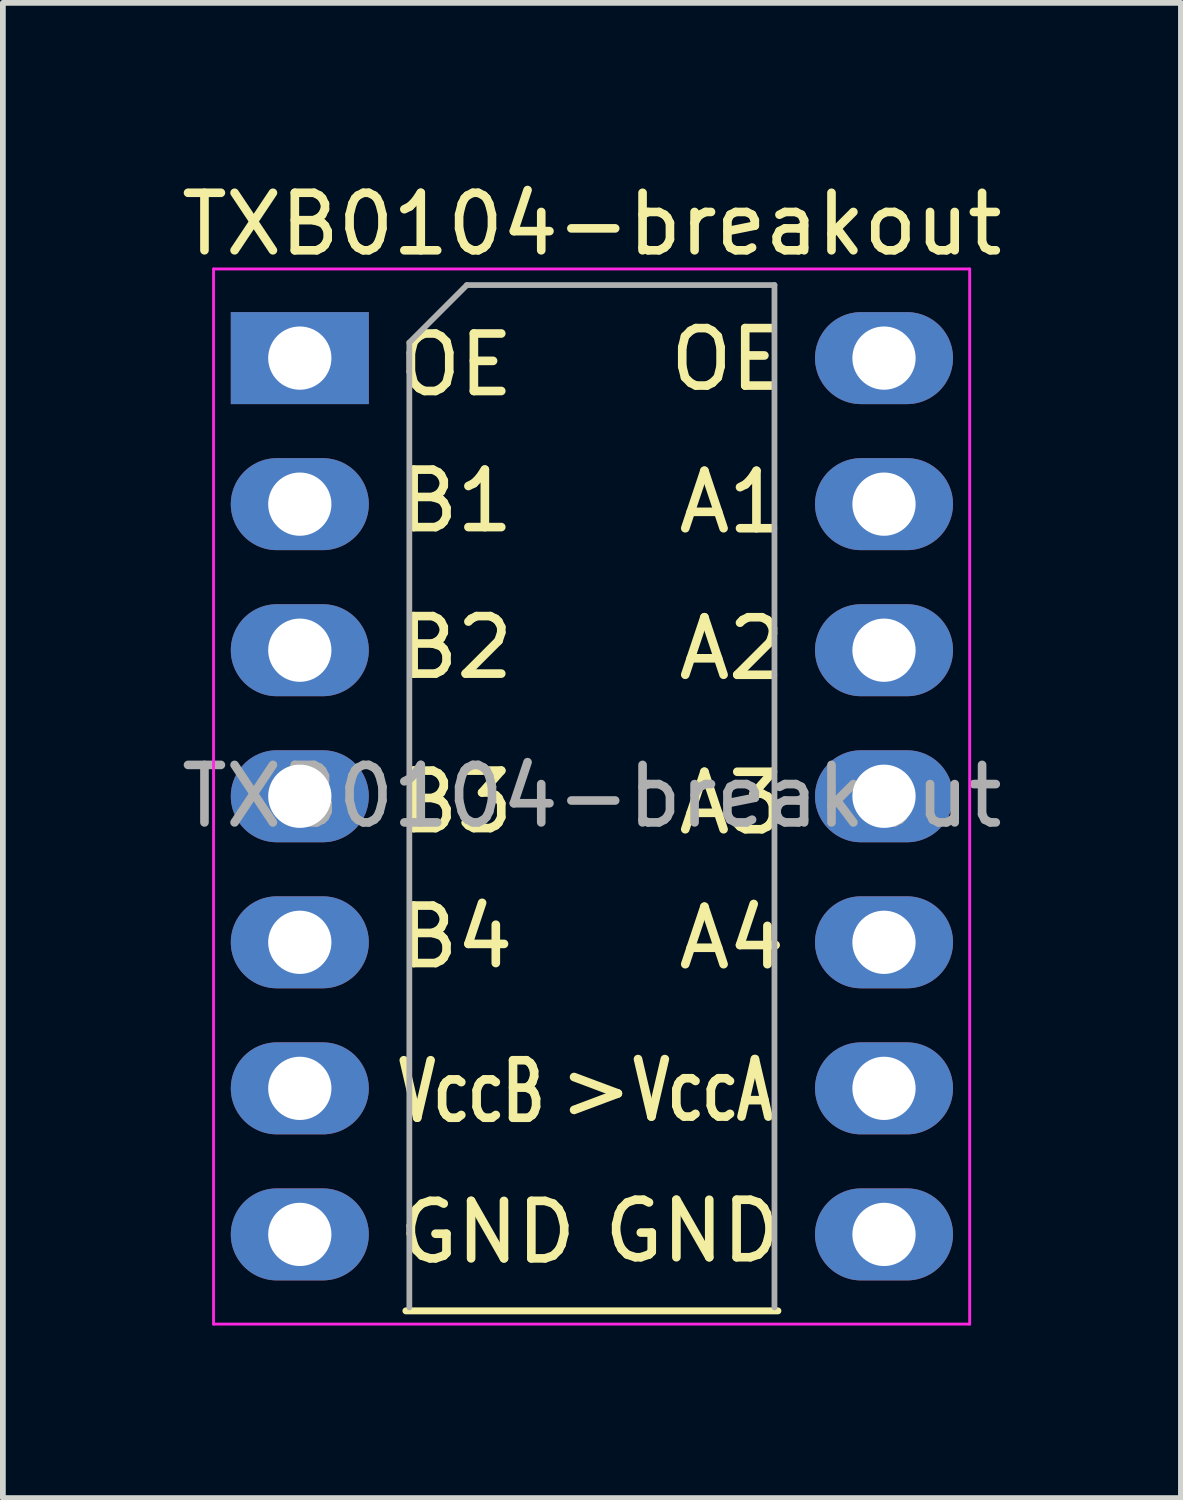
<source format=kicad_pcb>
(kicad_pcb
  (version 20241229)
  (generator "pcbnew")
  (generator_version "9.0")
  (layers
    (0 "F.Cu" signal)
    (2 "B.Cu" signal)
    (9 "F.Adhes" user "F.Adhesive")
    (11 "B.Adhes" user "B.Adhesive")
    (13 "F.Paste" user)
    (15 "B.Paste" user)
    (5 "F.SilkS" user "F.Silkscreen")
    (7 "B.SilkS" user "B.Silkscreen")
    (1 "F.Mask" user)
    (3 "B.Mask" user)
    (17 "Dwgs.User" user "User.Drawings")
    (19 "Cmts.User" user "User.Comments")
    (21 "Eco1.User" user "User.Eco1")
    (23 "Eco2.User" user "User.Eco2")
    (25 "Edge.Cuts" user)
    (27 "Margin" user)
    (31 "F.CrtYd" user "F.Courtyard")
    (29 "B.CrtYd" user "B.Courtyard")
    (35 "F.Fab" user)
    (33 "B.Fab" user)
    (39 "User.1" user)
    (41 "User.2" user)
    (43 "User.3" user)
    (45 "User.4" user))
  (footprint "TXB0104-breakout"
    (layer "F.Cu")
    (at 2.164 3.178)
    (property "Reference" "TXB0104-breakout" (at 5.08 -2.33 0) (layer "F.SilkS") (effects (font (size 1 1) (thickness 0.15))))
    (attr through_hole)
    (fp_line (start 1.845 16.57) (end 8.315 16.57) (stroke (width 0.12) (type solid)) (layer "F.SilkS"))
    (fp_line (start -1.5 -1.55) (end -1.5 16.8) (stroke (width 0.05) (type solid)) (layer "F.CrtYd"))
    (fp_line (start -1.5 16.8) (end 11.65 16.8) (stroke (width 0.05) (type solid)) (layer "F.CrtYd"))
    (fp_line (start 11.65 -1.55) (end -1.5 -1.55) (stroke (width 0.05) (type solid)) (layer "F.CrtYd"))
    (fp_line (start 11.65 16.8) (end 11.65 -1.55) (stroke (width 0.05) (type solid)) (layer "F.CrtYd"))
    (fp_line (start 1.905 -0.27) (end 2.905 -1.27) (stroke (width 0.1) (type solid)) (layer "F.Fab"))
    (fp_line (start 1.905 16.51) (end 1.905 -0.27) (stroke (width 0.1) (type solid)) (layer "F.Fab"))
    (fp_line (start 2.905 -1.27) (end 8.255 -1.27) (stroke (width 0.1) (type solid)) (layer "F.Fab"))
    (fp_line (start 8.255 -1.27) (end 8.255 16.51) (stroke (width 0.1) (type solid)) (layer "F.Fab"))
    (fp_text user "OE" (at 2.718 0.117 0) (layer "F.SilkS") (effects (font (size 1 1) (thickness 0.15))))
    (fp_text user "VccB" (at 2.992 12.756 0) (layer "F.SilkS") (effects (font (size 1 0.7) (thickness 0.15))))
    (fp_text user "B3" (at 2.718 7.719 0) (layer "F.SilkS") (effects (font (size 1 1) (thickness 0.15))))
    (fp_text user ">" (at 5.151 12.715 0) (layer "F.SilkS") (effects (font (size 1 1) (thickness 0.15))))
    (fp_text user "B4" (at 2.718 10.066 0) (layer "F.SilkS") (effects (font (size 1 1) (thickness 0.15))))
    (fp_text user "A3" (at 7.513 7.739 0) (layer "F.SilkS") (effects (font (size 1 1) (thickness 0.15))))
    (fp_text user "GND" (at 3.265 15.202 0) (layer "F.SilkS") (effects (font (size 1 1) (thickness 0.15))))
    (fp_text user "A1" (at 7.513 2.504 0) (layer "F.SilkS") (effects (font (size 1 1) (thickness 0.15))))
    (fp_text user "B2" (at 2.718 5.032 0) (layer "F.SilkS") (effects (font (size 1 1) (thickness 0.15))))
    (fp_text user "VccA" (at 7.015 12.736 0) (layer "F.SilkS") (effects (font (size 1 0.7) (thickness 0.15))))
    (fp_text user "A2" (at 7.513 5.052 0) (layer "F.SilkS") (effects (font (size 1 1) (thickness 0.15))))
    (fp_text user "GND" (at 6.835 15.182 0) (layer "F.SilkS") (effects (font (size 1 1) (thickness 0.15))))
    (fp_text user "A4" (at 7.513 10.086 0) (layer "F.SilkS") (effects (font (size 1 1) (thickness 0.15))))
    (fp_text user "B1" (at 2.718 2.484 0) (layer "F.SilkS") (effects (font (size 1 1) (thickness 0.15))))
    (fp_text user "OE" (at 7.437 0.023 0) (layer "F.SilkS") (effects (font (size 1 1) (thickness 0.15))))
    (fp_text user "${REFERENCE}" (at 5.08 7.62 0) (layer "F.Fab") (effects (font (size 1 1) (thickness 0.15))))
    (pad "1" thru_hole rect (at 0 0) (size 2.4 1.6) (drill 1.1) (layers "*.Cu" "*.Mask"))
    (pad "2" thru_hole oval (at 0 2.54) (size 2.4 1.6) (drill 1.1) (layers "*.Cu" "*.Mask"))
    (pad "3" thru_hole oval (at 0 5.08) (size 2.4 1.6) (drill 1.1) (layers "*.Cu" "*.Mask"))
    (pad "4" thru_hole oval (at 0 7.62) (size 2.4 1.6) (drill 1.1) (layers "*.Cu" "*.Mask"))
    (pad "5" thru_hole oval (at 0 10.16) (size 2.4 1.6) (drill 1.1) (layers "*.Cu" "*.Mask"))
    (pad "6" thru_hole oval (at 0 12.7) (size 2.4 1.6) (drill 1.1) (layers "*.Cu" "*.Mask"))
    (pad "7" thru_hole oval (at 0 15.24) (size 2.4 1.6) (drill 1.1) (layers "*.Cu" "*.Mask"))
    (pad "8" thru_hole oval (at 10.16 15.24) (size 2.4 1.6) (drill 1.1) (layers "*.Cu" "*.Mask"))
    (pad "9" thru_hole oval (at 10.16 12.7) (size 2.4 1.6) (drill 1.1) (layers "*.Cu" "*.Mask"))
    (pad "10" thru_hole oval (at 10.16 10.16) (size 2.4 1.6) (drill 1.1) (layers "*.Cu" "*.Mask"))
    (pad "11" thru_hole oval (at 10.16 7.62) (size 2.4 1.6) (drill 1.1) (layers "*.Cu" "*.Mask"))
    (pad "12" thru_hole oval (at 10.16 5.08) (size 2.4 1.6) (drill 1.1) (layers "*.Cu" "*.Mask"))
    (pad "13" thru_hole oval (at 10.16 2.54) (size 2.4 1.6) (drill 1.1) (layers "*.Cu" "*.Mask"))
    (pad "14" thru_hole oval (at 10.16 0) (size 2.4 1.6) (drill 1.1) (layers "*.Cu" "*.Mask")))
  (gr_rect
    (start -3 -3)
    (end 17.488 23.003)
    (stroke (width 0.1) (type default))
    (fill no)
    (layer "Edge.Cuts")))
</source>
